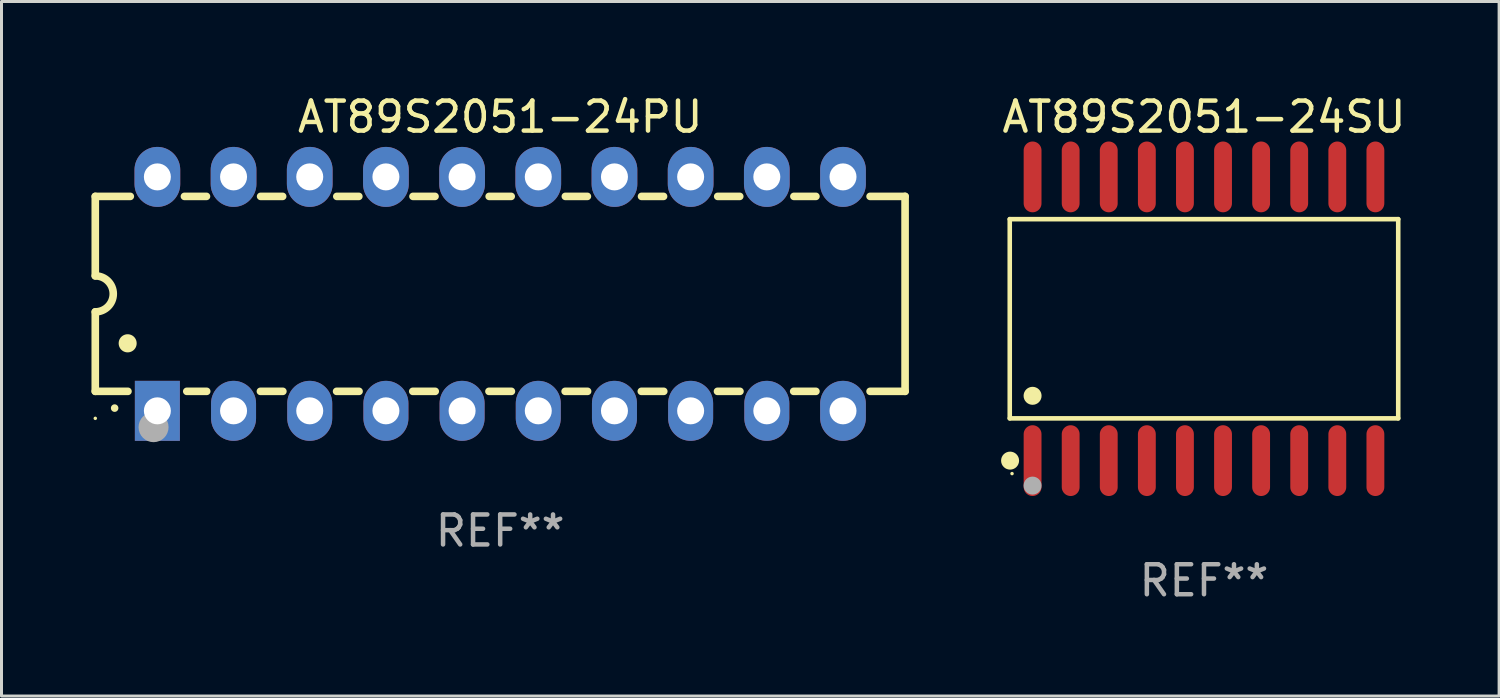
<source format=kicad_pcb>
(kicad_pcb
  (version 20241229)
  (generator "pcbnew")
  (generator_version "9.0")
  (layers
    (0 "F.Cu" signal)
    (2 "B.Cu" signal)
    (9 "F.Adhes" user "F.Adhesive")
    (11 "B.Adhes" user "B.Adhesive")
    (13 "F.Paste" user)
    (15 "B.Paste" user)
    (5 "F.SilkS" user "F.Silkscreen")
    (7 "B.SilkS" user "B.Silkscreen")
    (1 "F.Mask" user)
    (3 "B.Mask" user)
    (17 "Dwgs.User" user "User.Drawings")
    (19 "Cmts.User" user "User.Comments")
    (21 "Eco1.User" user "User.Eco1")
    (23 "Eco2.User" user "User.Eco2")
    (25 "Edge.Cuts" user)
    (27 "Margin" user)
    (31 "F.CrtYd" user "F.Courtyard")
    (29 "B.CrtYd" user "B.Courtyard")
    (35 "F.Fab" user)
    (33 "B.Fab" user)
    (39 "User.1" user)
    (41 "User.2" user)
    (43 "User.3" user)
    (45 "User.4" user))
  (footprint "AT89S2051-24PU"
    (layer "F.Cu")
    (at 13.627 6.748)
    (property "Reference" "AT89S2051-24PU" (at 0 -5.9 0) (layer "F.SilkS") (effects (font (size 1 1) (thickness 0.15))))
    (attr through_hole)
    (fp_line (start -13.5 -3.25) (end -12.333 -3.25) (stroke (width 0.254) (type solid)) (layer "F.SilkS"))
    (fp_line (start -13.5 -0.6) (end -13.5 -3.25) (stroke (width 0.254) (type solid)) (layer "F.SilkS"))
    (fp_line (start -13.5 3.25) (end -13.5 0.6) (stroke (width 0.254) (type solid)) (layer "F.SilkS"))
    (fp_line (start -13.5 3.25) (end -12.411 3.25) (stroke (width 0.254) (type solid)) (layer "F.SilkS"))
    (fp_line (start -10.527 -3.25) (end -9.793 -3.25) (stroke (width 0.254) (type solid)) (layer "F.SilkS"))
    (fp_line (start -10.449 3.25) (end -9.786 3.25) (stroke (width 0.254) (type solid)) (layer "F.SilkS"))
    (fp_line (start -7.994 3.25) (end -7.246 3.25) (stroke (width 0.254) (type solid)) (layer "F.SilkS"))
    (fp_line (start -7.987 -3.25) (end -7.253 -3.25) (stroke (width 0.254) (type solid)) (layer "F.SilkS"))
    (fp_line (start -5.454 3.25) (end -4.706 3.25) (stroke (width 0.254) (type solid)) (layer "F.SilkS"))
    (fp_line (start -5.447 -3.25) (end -4.713 -3.25) (stroke (width 0.254) (type solid)) (layer "F.SilkS"))
    (fp_line (start -2.914 3.25) (end -2.166 3.25) (stroke (width 0.254) (type solid)) (layer "F.SilkS"))
    (fp_line (start -2.907 -3.25) (end -2.173 -3.25) (stroke (width 0.254) (type solid)) (layer "F.SilkS"))
    (fp_line (start -0.374 3.25) (end 0.374 3.25) (stroke (width 0.254) (type solid)) (layer "F.SilkS"))
    (fp_line (start -0.367 -3.25) (end 0.367 -3.25) (stroke (width 0.254) (type solid)) (layer "F.SilkS"))
    (fp_line (start 2.166 3.25) (end 2.914 3.25) (stroke (width 0.254) (type solid)) (layer "F.SilkS"))
    (fp_line (start 2.173 -3.25) (end 2.907 -3.25) (stroke (width 0.254) (type solid)) (layer "F.SilkS"))
    (fp_line (start 4.706 3.25) (end 5.454 3.25) (stroke (width 0.254) (type solid)) (layer "F.SilkS"))
    (fp_line (start 4.713 -3.25) (end 5.447 -3.25) (stroke (width 0.254) (type solid)) (layer "F.SilkS"))
    (fp_line (start 7.246 3.25) (end 7.994 3.25) (stroke (width 0.254) (type solid)) (layer "F.SilkS"))
    (fp_line (start 7.253 -3.25) (end 7.987 -3.25) (stroke (width 0.254) (type solid)) (layer "F.SilkS"))
    (fp_line (start 9.786 3.25) (end 10.527 3.25) (stroke (width 0.254) (type solid)) (layer "F.SilkS"))
    (fp_line (start 9.793 -3.25) (end 10.527 -3.25) (stroke (width 0.254) (type solid)) (layer "F.SilkS"))
    (fp_line (start 12.333 -3.25) (end 13.5 -3.25) (stroke (width 0.254) (type solid)) (layer "F.SilkS"))
    (fp_line (start 12.333 3.25) (end 13.5 3.25) (stroke (width 0.254) (type solid)) (layer "F.SilkS"))
    (fp_line (start 13.5 -3.25) (end 13.5 3.25) (stroke (width 0.254) (type solid)) (layer "F.SilkS"))
    (fp_arc (start -13.500127 -0.599442) (mid -12.900406 0.000228) (end -13.500025 0.6) (stroke (width 0.254001) (type solid)) (layer "F.SilkS"))
    (fp_arc (start -12.854966 3.810008) (mid -12.854973 3.808738) (end -12.854966 3.807468) (stroke (width 0.25) (type solid)) (layer "F.SilkS"))
    (fp_arc (start -12.420625 1.651003) (mid -12.420636 1.648463) (end -12.420625 1.645923) (stroke (width 0.6) (type solid)) (layer "F.SilkS"))
    (fp_circle (center -13.5 4.15) (end -13.47 4.15) (stroke (width 0.06) (type solid)) (fill no) (layer "F.SilkS"))
    (fp_circle (center -11.557 4.445) (end -11.307 4.445) (stroke (width 0.5) (type solid)) (fill no) (layer "F.Fab"))
    (fp_text user "REF**" (at 0 7.9 0) (layer "F.Fab") (effects (font (size 1 1) (thickness 0.15))))
    (pad "1" thru_hole rect (at -11.43 3.9 90) (size 2 1.5) (drill 0.9) (layers "*.Cu" "*.Mask"))
    (pad "2" thru_hole oval (at -8.89 3.9 90) (size 2 1.5) (drill 0.9) (layers "*.Cu" "*.Mask"))
    (pad "3" thru_hole oval (at -6.35 3.9 90) (size 2 1.5) (drill 0.9) (layers "*.Cu" "*.Mask"))
    (pad "4" thru_hole oval (at -3.81 3.9 90) (size 2 1.5) (drill 0.9) (layers "*.Cu" "*.Mask"))
    (pad "5" thru_hole oval (at -1.27 3.9 90) (size 2 1.5) (drill 0.9) (layers "*.Cu" "*.Mask"))
    (pad "6" thru_hole oval (at 1.27 3.9 90) (size 2 1.5) (drill 0.9) (layers "*.Cu" "*.Mask"))
    (pad "7" thru_hole oval (at 3.81 3.9 90) (size 2 1.5) (drill 0.9) (layers "*.Cu" "*.Mask"))
    (pad "8" thru_hole oval (at 6.35 3.9 90) (size 2 1.5) (drill 0.9) (layers "*.Cu" "*.Mask"))
    (pad "9" thru_hole oval (at 8.89 3.9 90) (size 2 1.5) (drill 0.9) (layers "*.Cu" "*.Mask"))
    (pad "10" thru_hole oval (at 11.43 3.9 90) (size 2 1.524) (drill 0.9) (layers "*.Cu" "*.Mask"))
    (pad "11" thru_hole oval (at 11.43 -3.9 90) (size 2 1.524) (drill 0.9) (layers "*.Cu" "*.Mask"))
    (pad "12" thru_hole oval (at 8.89 -3.9 90) (size 2 1.524) (drill 0.9) (layers "*.Cu" "*.Mask"))
    (pad "13" thru_hole oval (at 6.35 -3.9 90) (size 2 1.524) (drill 0.9) (layers "*.Cu" "*.Mask"))
    (pad "14" thru_hole oval (at 3.81 -3.9 90) (size 2 1.524) (drill 0.9) (layers "*.Cu" "*.Mask"))
    (pad "15" thru_hole oval (at 1.27 -3.9 90) (size 2 1.524) (drill 0.9) (layers "*.Cu" "*.Mask"))
    (pad "16" thru_hole oval (at -1.27 -3.9 90) (size 2 1.524) (drill 0.9) (layers "*.Cu" "*.Mask"))
    (pad "17" thru_hole oval (at -3.81 -3.9 90) (size 2 1.524) (drill 0.9) (layers "*.Cu" "*.Mask"))
    (pad "18" thru_hole oval (at -6.35 -3.9 90) (size 2 1.524) (drill 0.9) (layers "*.Cu" "*.Mask"))
    (pad "19" thru_hole oval (at -8.89 -3.9 90) (size 2 1.524) (drill 0.9) (layers "*.Cu" "*.Mask"))
    (pad "20" thru_hole oval (at -11.43 -3.9 90) (size 2 1.524) (drill 0.9) (layers "*.Cu" "*.Mask")))
  (footprint "AT89S2051-24SU"
    (layer "F.Cu")
    (at 37.093 7.578)
    (property "Reference" "AT89S2051-24SU" (at 0 -6.73 0) (layer "F.SilkS") (effects (font (size 1 1) (thickness 0.15))))
    (attr through_hole)
    (fp_line (start -6.476 -3.321) (end 6.476 -3.321) (stroke (width 0.152) (type solid)) (layer "F.SilkS"))
    (fp_line (start -6.476 3.321) (end -6.476 -3.321) (stroke (width 0.152) (type solid)) (layer "F.SilkS"))
    (fp_line (start 6.476 -3.321) (end 6.476 3.321) (stroke (width 0.152) (type solid)) (layer "F.SilkS"))
    (fp_line (start 6.476 3.321) (end -6.476 3.321) (stroke (width 0.152) (type solid)) (layer "F.SilkS"))
    (fp_circle (center -6.465 4.73) (end -6.315 4.73) (stroke (width 0.3) (type solid)) (fill no) (layer "F.SilkS"))
    (fp_circle (center -6.4 5.163) (end -6.37 5.163) (stroke (width 0.06) (type solid)) (fill no) (layer "F.SilkS"))
    (fp_circle (center -5.715 2.569) (end -5.565 2.569) (stroke (width 0.3) (type solid)) (fill no) (layer "F.SilkS"))
    (fp_circle (center -5.715 5.563) (end -5.565 5.563) (stroke (width 0.3) (type solid)) (fill no) (layer "F.Fab"))
    (fp_text user "REF**" (at 0 8.73 0) (layer "F.Fab") (effects (font (size 1 1) (thickness 0.15))))
    (pad "1" smd oval (at -5.715 4.73) (size 0.595 2.36) (layers "F.Cu" "F.Mask" "F.Paste"))
    (pad "2" smd oval (at -4.445 4.73) (size 0.595 2.36) (layers "F.Cu" "F.Mask" "F.Paste"))
    (pad "3" smd oval (at -3.175 4.73) (size 0.595 2.36) (layers "F.Cu" "F.Mask" "F.Paste"))
    (pad "4" smd oval (at -1.905 4.73) (size 0.595 2.36) (layers "F.Cu" "F.Mask" "F.Paste"))
    (pad "5" smd oval (at -0.635 4.73) (size 0.595 2.36) (layers "F.Cu" "F.Mask" "F.Paste"))
    (pad "6" smd oval (at 0.635 4.73) (size 0.595 2.36) (layers "F.Cu" "F.Mask" "F.Paste"))
    (pad "7" smd oval (at 1.905 4.73) (size 0.595 2.36) (layers "F.Cu" "F.Mask" "F.Paste"))
    (pad "8" smd oval (at 3.175 4.73) (size 0.595 2.36) (layers "F.Cu" "F.Mask" "F.Paste"))
    (pad "9" smd oval (at 4.445 4.73) (size 0.595 2.36) (layers "F.Cu" "F.Mask" "F.Paste"))
    (pad "10" smd oval (at 5.715 4.73) (size 0.595 2.36) (layers "F.Cu" "F.Mask" "F.Paste"))
    (pad "11" smd oval (at 5.715 -4.73) (size 0.595 2.36) (layers "F.Cu" "F.Mask" "F.Paste"))
    (pad "12" smd oval (at 4.445 -4.73) (size 0.595 2.36) (layers "F.Cu" "F.Mask" "F.Paste"))
    (pad "13" smd oval (at 3.175 -4.73) (size 0.595 2.36) (layers "F.Cu" "F.Mask" "F.Paste"))
    (pad "14" smd oval (at 1.905 -4.73) (size 0.595 2.36) (layers "F.Cu" "F.Mask" "F.Paste"))
    (pad "15" smd oval (at 0.635 -4.73) (size 0.595 2.36) (layers "F.Cu" "F.Mask" "F.Paste"))
    (pad "16" smd oval (at -0.635 -4.73) (size 0.595 2.36) (layers "F.Cu" "F.Mask" "F.Paste"))
    (pad "17" smd oval (at -1.905 -4.73) (size 0.595 2.36) (layers "F.Cu" "F.Mask" "F.Paste"))
    (pad "18" smd oval (at -3.175 -4.73) (size 0.595 2.36) (layers "F.Cu" "F.Mask" "F.Paste"))
    (pad "19" smd oval (at -4.445 -4.73) (size 0.595 2.36) (layers "F.Cu" "F.Mask" "F.Paste"))
    (pad "20" smd oval (at -5.715 -4.73) (size 0.595 2.36) (layers "F.Cu" "F.Mask" "F.Paste")))
  (gr_rect
    (start -3 -3)
    (end 46.933 20.156)
    (stroke (width 0.1) (type default))
    (fill no)
    (layer "Edge.Cuts")))
</source>
